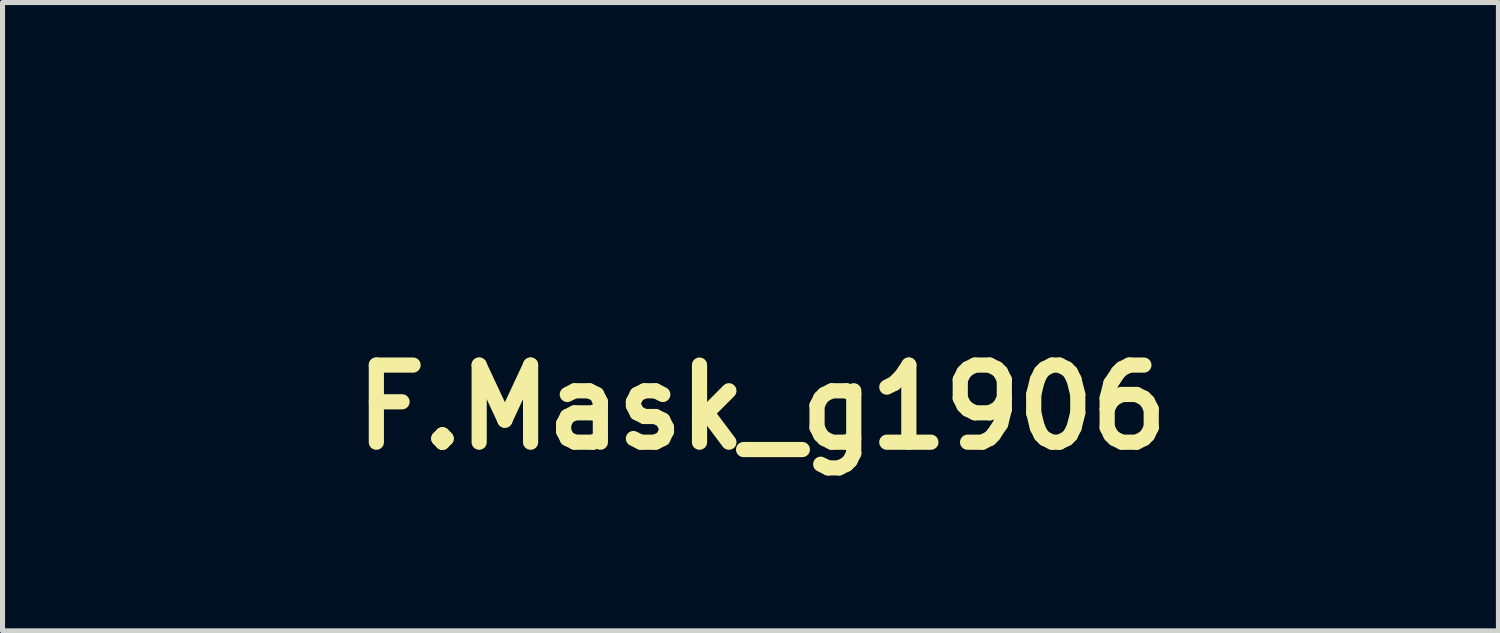
<source format=kicad_pcb>
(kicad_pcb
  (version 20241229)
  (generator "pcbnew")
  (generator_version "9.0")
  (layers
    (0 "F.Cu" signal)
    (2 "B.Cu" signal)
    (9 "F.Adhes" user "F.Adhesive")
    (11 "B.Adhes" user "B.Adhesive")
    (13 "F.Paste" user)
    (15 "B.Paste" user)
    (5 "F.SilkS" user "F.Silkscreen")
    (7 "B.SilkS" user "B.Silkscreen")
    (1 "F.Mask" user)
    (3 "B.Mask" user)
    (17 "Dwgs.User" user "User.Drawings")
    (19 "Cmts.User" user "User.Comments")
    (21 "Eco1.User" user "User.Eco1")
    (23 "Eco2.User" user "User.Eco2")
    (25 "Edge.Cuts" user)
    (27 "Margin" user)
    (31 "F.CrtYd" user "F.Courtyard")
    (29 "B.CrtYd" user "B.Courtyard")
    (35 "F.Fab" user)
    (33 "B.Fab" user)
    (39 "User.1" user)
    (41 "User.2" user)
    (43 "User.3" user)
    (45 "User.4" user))
  (footprint "F.Mask_g1906"
    (layer "F.Cu")
    (at 12.007 4.999)
    (property "Reference" "F.Mask_g1906" (at 0 0 0) (layer "F.SilkS") (effects (font (size 1.524 1.524) (thickness 0.3))))
    (attr through_hole)
    (fp_poly (pts (xy -10.933 -4.879) (xy -10.933 -1.344) (xy -11.43 -1.332) (xy -11.43 -4.445) (xy -12.002 -4.445) (xy -12.002 -4.89) (xy -10.933 -4.879)) (stroke (width 0.01) (type solid)) (fill yes) (layer "F.Mask"))
    (fp_poly (pts (xy 1.612 -1.979) (xy 1.755 -1.646) (xy 1.894 -1.322) (xy 2.027 -1.012) (xy 2.154 -0.715) (xy 2.274 -0.436) (xy 2.386 -0.175) (xy 2.488 0.064) (xy 2.58 0.28) (xy 2.662 0.471) (xy 2.731 0.634) (xy 2.787 0.768) (xy 2.83 0.869) (xy 2.858 0.936) (xy 2.87 0.967) (xy 2.871 0.968) (xy 2.883 1.016) (xy 2.231 1.016) (xy 1.808 0.037) (xy 1.384 -0.942) (xy 0.02 -0.947) (xy -1.344 -0.953) (xy -1.77 0.026) (xy -2.196 1.005) (xy -2.508 1.011) (xy -2.82 1.017) (xy -2.808 0.969) (xy -2.798 0.944) (xy -2.773 0.883) (xy -2.733 0.787) (xy -2.679 0.658) (xy -2.612 0.5) (xy -2.533 0.313) (xy -2.443 0.101) (xy -2.343 -0.135) (xy -2.233 -0.393) (xy -2.116 -0.67) (xy -1.991 -0.964) (xy -1.859 -1.272) (xy -1.754 -1.518) (xy -1.101 -1.518) (xy -1.08 -1.515) (xy -1.021 -1.512) (xy -0.928 -1.51) (xy -0.804 -1.508) (xy -0.653 -1.506) (xy -0.479 -1.504) (xy -0.286 -1.503) (xy -0.078 -1.503) (xy 0.02 -1.503) (xy 1.141 -1.503) (xy 1.041 -1.742) (xy 0.87 -2.156) (xy 0.714 -2.53) (xy 0.574 -2.866) (xy 0.45 -3.162) (xy 0.341 -3.419) (xy 0.249 -3.638) (xy 0.172 -3.818) (xy 0.11 -3.959) (xy 0.065 -4.062) (xy 0.034 -4.126) (xy 0.02 -4.152) (xy 0.019 -4.152) (xy 0.008 -4.131) (xy -0.017 -4.074) (xy -0.055 -3.987) (xy -0.105 -3.872) (xy -0.164 -3.733) (xy -0.232 -3.576) (xy -0.306 -3.402) (xy -0.385 -3.218) (xy -0.467 -3.025) (xy -0.55 -2.829) (xy -0.634 -2.633) (xy -0.715 -2.441) (xy -0.793 -2.257) (xy -0.866 -2.084) (xy -0.932 -1.928) (xy -0.989 -1.791) (xy -1.036 -1.677) (xy -1.072 -1.592) (xy -1.094 -1.537) (xy -1.101 -1.518) (xy -1.754 -1.518) (xy -1.722 -1.594) (xy -1.58 -1.926) (xy -1.558 -1.979) (xy -0.319 -4.879) (xy 0.365 -4.879) (xy 1.612 -1.979)) (stroke (width 0.01) (type solid)) (fill yes) (layer "F.Mask"))
    (fp_poly (pts (xy -8.379 -4.883) (xy -8.329 -4.876) (xy -8.319 -4.869) (xy -8.331 -4.847) (xy -8.366 -4.796) (xy -8.42 -4.719) (xy -8.491 -4.621) (xy -8.576 -4.505) (xy -8.671 -4.377) (xy -8.742 -4.283) (xy -8.843 -4.148) (xy -8.934 -4.025) (xy -9.014 -3.916) (xy -9.08 -3.827) (xy -9.127 -3.761) (xy -9.155 -3.722) (xy -9.16 -3.713) (xy -9.138 -3.715) (xy -9.087 -3.724) (xy -9.017 -3.74) (xy -8.826 -3.764) (xy -8.635 -3.748) (xy -8.448 -3.697) (xy -8.27 -3.614) (xy -8.107 -3.5) (xy -7.962 -3.36) (xy -7.84 -3.196) (xy -7.748 -3.011) (xy -7.72 -2.932) (xy -7.694 -2.816) (xy -7.678 -2.676) (xy -7.672 -2.527) (xy -7.676 -2.382) (xy -7.692 -2.257) (xy -7.703 -2.212) (xy -7.779 -2.013) (xy -7.891 -1.824) (xy -8.031 -1.655) (xy -8.193 -1.514) (xy -8.229 -1.49) (xy -8.403 -1.396) (xy -8.598 -1.328) (xy -8.804 -1.287) (xy -9.008 -1.278) (xy -9.2 -1.3) (xy -9.207 -1.302) (xy -9.42 -1.37) (xy -9.613 -1.475) (xy -9.791 -1.619) (xy -9.821 -1.649) (xy -9.965 -1.814) (xy -10.069 -1.981) (xy -10.138 -2.158) (xy -10.174 -2.352) (xy -10.18 -2.484) (xy -9.693 -2.484) (xy -9.663 -2.31) (xy -9.597 -2.145) (xy -9.493 -1.994) (xy -9.471 -1.969) (xy -9.335 -1.853) (xy -9.183 -1.774) (xy -9.019 -1.733) (xy -8.849 -1.732) (xy -8.678 -1.772) (xy -8.522 -1.848) (xy -8.391 -1.955) (xy -8.287 -2.085) (xy -8.213 -2.235) (xy -8.171 -2.398) (xy -8.162 -2.568) (xy -8.189 -2.741) (xy -8.247 -2.897) (xy -8.342 -3.043) (xy -8.469 -3.167) (xy -8.624 -3.262) (xy -8.631 -3.265) (xy -8.792 -3.319) (xy -8.957 -3.333) (xy -9.12 -3.309) (xy -9.274 -3.25) (xy -9.412 -3.157) (xy -9.53 -3.032) (xy -9.554 -2.998) (xy -9.639 -2.834) (xy -9.685 -2.661) (xy -9.693 -2.484) (xy -10.18 -2.484) (xy -10.181 -2.506) (xy -10.177 -2.631) (xy -10.164 -2.75) (xy -10.139 -2.866) (xy -10.101 -2.984) (xy -10.046 -3.111) (xy -9.974 -3.249) (xy -9.882 -3.405) (xy -9.767 -3.584) (xy -9.629 -3.789) (xy -9.604 -3.825) (xy -9.503 -3.972) (xy -9.398 -4.123) (xy -9.296 -4.272) (xy -9.201 -4.408) (xy -9.121 -4.525) (xy -9.067 -4.604) (xy -8.878 -4.879) (xy -8.598 -4.885) (xy -8.469 -4.886) (xy -8.379 -4.883)) (stroke (width 0.01) (type solid)) (fill yes) (layer "F.Mask"))
    (fp_poly (pts (xy 4.985 -4.885) (xy 5.229 -4.881) (xy 5.442 -4.873) (xy 5.629 -4.86) (xy 5.794 -4.844) (xy 5.941 -4.822) (xy 6.074 -4.794) (xy 6.197 -4.76) (xy 6.314 -4.72) (xy 6.429 -4.672) (xy 6.535 -4.622) (xy 6.773 -4.483) (xy 6.98 -4.315) (xy 7.156 -4.119) (xy 7.3 -3.897) (xy 7.411 -3.651) (xy 7.486 -3.382) (xy 7.515 -3.212) (xy 7.528 -2.944) (xy 7.502 -2.682) (xy 7.439 -2.428) (xy 7.34 -2.188) (xy 7.209 -1.966) (xy 7.047 -1.765) (xy 6.856 -1.589) (xy 6.639 -1.443) (xy 6.551 -1.397) (xy 6.366 -1.315) (xy 6.195 -1.258) (xy 6.025 -1.223) (xy 5.949 -1.214) (xy 5.88 -1.205) (xy 5.829 -1.194) (xy 5.811 -1.187) (xy 5.822 -1.168) (xy 5.856 -1.118) (xy 5.912 -1.041) (xy 5.987 -0.938) (xy 6.079 -0.813) (xy 6.186 -0.669) (xy 6.306 -0.509) (xy 6.437 -0.335) (xy 6.576 -0.151) (xy 6.607 -0.109) (xy 6.772 0.11) (xy 6.921 0.309) (xy 7.052 0.486) (xy 7.164 0.639) (xy 7.256 0.766) (xy 7.327 0.866) (xy 7.374 0.937) (xy 7.398 0.977) (xy 7.4 0.986) (xy 7.388 0.997) (xy 7.36 1.006) (xy 7.309 1.011) (xy 7.23 1.014) (xy 7.117 1.016) (xy 7.039 1.016) (xy 6.689 1.016) (xy 5.696 -0.312) (xy 5.54 -0.521) (xy 5.391 -0.721) (xy 5.253 -0.908) (xy 5.126 -1.08) (xy 5.012 -1.235) (xy 4.914 -1.369) (xy 4.833 -1.481) (xy 4.772 -1.568) (xy 4.731 -1.626) (xy 4.713 -1.654) (xy 4.713 -1.656) (xy 4.736 -1.662) (xy 4.795 -1.667) (xy 4.88 -1.67) (xy 4.984 -1.672) (xy 5.034 -1.672) (xy 5.366 -1.683) (xy 5.662 -1.715) (xy 5.925 -1.77) (xy 6.154 -1.846) (xy 6.351 -1.946) (xy 6.518 -2.068) (xy 6.538 -2.086) (xy 6.667 -2.223) (xy 6.764 -2.367) (xy 6.836 -2.532) (xy 6.85 -2.574) (xy 6.903 -2.804) (xy 6.916 -3.03) (xy 6.892 -3.25) (xy 6.832 -3.459) (xy 6.737 -3.653) (xy 6.61 -3.828) (xy 6.451 -3.979) (xy 6.263 -4.103) (xy 6.221 -4.125) (xy 6.102 -4.18) (xy 5.981 -4.225) (xy 5.855 -4.261) (xy 5.717 -4.289) (xy 5.563 -4.31) (xy 5.387 -4.325) (xy 5.184 -4.333) (xy 4.95 -4.336) (xy 4.679 -4.335) (xy 4.667 -4.335) (xy 4.138 -4.329) (xy 4.128 -1.662) (xy 4.117 1.005) (xy 3.825 1.011) (xy 3.701 1.013) (xy 3.614 1.011) (xy 3.559 1.006) (xy 3.53 0.997) (xy 3.524 0.99) (xy 3.522 0.966) (xy 3.521 0.902) (xy 3.52 0.801) (xy 3.52 0.664) (xy 3.519 0.495) (xy 3.518 0.296) (xy 3.518 0.07) (xy 3.518 -0.182) (xy 3.517 -0.457) (xy 3.517 -0.752) (xy 3.518 -1.065) (xy 3.518 -1.394) (xy 3.518 -1.735) (xy 3.519 -1.958) (xy 3.524 -4.879) (xy 4.392 -4.885) (xy 4.708 -4.887) (xy 4.985 -4.885)) (stroke (width 0.01) (type solid)) (fill yes) (layer "F.Mask"))
    (fp_poly (pts (xy 9.865 -4.99) (xy 10.032 -4.975) (xy 10.179 -4.948) (xy 10.234 -4.932) (xy 10.488 -4.83) (xy 10.716 -4.698) (xy 10.914 -4.538) (xy 11.082 -4.351) (xy 11.218 -4.141) (xy 11.318 -3.911) (xy 11.382 -3.661) (xy 11.4 -3.534) (xy 11.414 -3.387) (xy 10.795 -3.387) (xy 10.795 -3.456) (xy 10.785 -3.542) (xy 10.76 -3.649) (xy 10.723 -3.762) (xy 10.68 -3.864) (xy 10.657 -3.908) (xy 10.536 -4.077) (xy 10.394 -4.214) (xy 10.233 -4.32) (xy 10.06 -4.392) (xy 9.879 -4.433) (xy 9.695 -4.44) (xy 9.513 -4.414) (xy 9.337 -4.355) (xy 9.172 -4.262) (xy 9.023 -4.135) (xy 8.916 -4.005) (xy 8.835 -3.88) (xy 8.781 -3.768) (xy 8.75 -3.654) (xy 8.735 -3.522) (xy 8.732 -3.429) (xy 8.733 -3.326) (xy 8.737 -3.253) (xy 8.747 -3.196) (xy 8.765 -3.142) (xy 8.794 -3.079) (xy 8.8 -3.065) (xy 8.898 -2.913) (xy 9.032 -2.776) (xy 9.198 -2.659) (xy 9.299 -2.605) (xy 9.377 -2.571) (xy 9.486 -2.529) (xy 9.613 -2.482) (xy 9.749 -2.436) (xy 9.853 -2.402) (xy 9.986 -2.36) (xy 10.116 -2.317) (xy 10.234 -2.278) (xy 10.329 -2.245) (xy 10.384 -2.225) (xy 10.595 -2.127) (xy 10.798 -2.003) (xy 10.985 -1.859) (xy 11.149 -1.701) (xy 11.284 -1.534) (xy 11.361 -1.406) (xy 11.465 -1.16) (xy 11.528 -0.904) (xy 11.55 -0.641) (xy 11.531 -0.372) (xy 11.47 -0.1) (xy 11.449 -0.032) (xy 11.347 0.207) (xy 11.211 0.423) (xy 11.043 0.615) (xy 10.845 0.78) (xy 10.62 0.915) (xy 10.37 1.02) (xy 10.2 1.069) (xy 10.075 1.091) (xy 9.924 1.106) (xy 9.762 1.112) (xy 9.602 1.111) (xy 9.461 1.1) (xy 9.395 1.09) (xy 9.122 1.019) (xy 8.873 0.914) (xy 8.649 0.777) (xy 8.454 0.612) (xy 8.288 0.419) (xy 8.154 0.202) (xy 8.053 -0.039) (xy 7.988 -0.3) (xy 7.966 -0.469) (xy 7.953 -0.635) (xy 8.544 -0.635) (xy 8.588 -0.424) (xy 8.638 -0.233) (xy 8.703 -0.072) (xy 8.788 0.069) (xy 8.899 0.202) (xy 8.921 0.225) (xy 9.071 0.358) (xy 9.226 0.455) (xy 9.392 0.519) (xy 9.579 0.553) (xy 9.747 0.561) (xy 9.943 0.55) (xy 10.114 0.517) (xy 10.274 0.456) (xy 10.434 0.364) (xy 10.456 0.349) (xy 10.615 0.218) (xy 10.743 0.064) (xy 10.839 -0.108) (xy 10.905 -0.293) (xy 10.938 -0.486) (xy 10.938 -0.68) (xy 10.904 -0.871) (xy 10.837 -1.053) (xy 10.734 -1.221) (xy 10.663 -1.305) (xy 10.567 -1.397) (xy 10.458 -1.48) (xy 10.331 -1.557) (xy 10.182 -1.63) (xy 10.005 -1.703) (xy 9.796 -1.777) (xy 9.599 -1.839) (xy 9.301 -1.939) (xy 9.042 -2.045) (xy 8.821 -2.158) (xy 8.634 -2.28) (xy 8.479 -2.414) (xy 8.354 -2.561) (xy 8.255 -2.724) (xy 8.182 -2.904) (xy 8.158 -2.985) (xy 8.133 -3.116) (xy 8.121 -3.274) (xy 8.121 -3.443) (xy 8.133 -3.61) (xy 8.157 -3.76) (xy 8.167 -3.799) (xy 8.253 -4.044) (xy 8.375 -4.267) (xy 8.528 -4.467) (xy 8.71 -4.64) (xy 8.918 -4.783) (xy 9.148 -4.893) (xy 9.384 -4.964) (xy 9.527 -4.985) (xy 9.692 -4.994) (xy 9.865 -4.99)) (stroke (width 0.01) (type solid)) (fill yes) (layer "F.Mask"))
    (fp_poly (pts (xy -6.059 -4.889) (xy -5.792 -4.888) (xy -5.563 -4.886) (xy -5.366 -4.882) (xy -5.199 -4.876) (xy -5.055 -4.866) (xy -4.931 -4.854) (xy -4.821 -4.837) (xy -4.722 -4.816) (xy -4.628 -4.791) (xy -4.535 -4.76) (xy -4.439 -4.723) (xy -4.429 -4.719) (xy -4.211 -4.612) (xy -4.013 -4.475) (xy -3.84 -4.312) (xy -3.697 -4.13) (xy -3.621 -3.997) (xy -3.54 -3.801) (xy -3.492 -3.602) (xy -3.473 -3.385) (xy -3.472 -3.334) (xy -3.485 -3.105) (xy -3.526 -2.902) (xy -3.599 -2.717) (xy -3.707 -2.542) (xy -3.852 -2.37) (xy -3.889 -2.331) (xy -3.962 -2.257) (xy -4.021 -2.196) (xy -4.063 -2.151) (xy -4.08 -2.13) (xy -4.081 -2.129) (xy -4.061 -2.117) (xy -4.014 -2.089) (xy -3.948 -2.05) (xy -3.926 -2.037) (xy -3.704 -1.884) (xy -3.517 -1.709) (xy -3.366 -1.512) (xy -3.253 -1.296) (xy -3.177 -1.061) (xy -3.139 -0.808) (xy -3.14 -0.539) (xy -3.153 -0.413) (xy -3.205 -0.151) (xy -3.29 0.083) (xy -3.408 0.291) (xy -3.558 0.473) (xy -3.741 0.628) (xy -3.957 0.757) (xy -4.207 0.86) (xy -4.49 0.937) (xy -4.58 0.955) (xy -4.639 0.966) (xy -4.698 0.974) (xy -4.762 0.981) (xy -4.835 0.987) (xy -4.922 0.992) (xy -5.027 0.996) (xy -5.155 1) (xy -5.309 1.003) (xy -5.495 1.006) (xy -5.716 1.008) (xy -5.847 1.01) (xy -6.879 1.021) (xy -6.879 -1.794) (xy -6.265 -1.794) (xy -6.265 0.464) (xy -5.974 0.471) (xy -5.857 0.474) (xy -5.745 0.477) (xy -5.649 0.479) (xy -5.583 0.482) (xy -5.577 0.482) (xy -5.517 0.482) (xy -5.426 0.479) (xy -5.315 0.474) (xy -5.195 0.467) (xy -5.161 0.465) (xy -4.871 0.434) (xy -4.618 0.384) (xy -4.4 0.313) (xy -4.215 0.22) (xy -4.062 0.105) (xy -3.94 -0.033) (xy -3.846 -0.196) (xy -3.78 -0.385) (xy -3.779 -0.391) (xy -3.747 -0.596) (xy -3.755 -0.797) (xy -3.8 -0.99) (xy -3.88 -1.171) (xy -3.993 -1.336) (xy -4.135 -1.482) (xy -4.306 -1.604) (xy -4.501 -1.698) (xy -4.614 -1.735) (xy -4.666 -1.749) (xy -4.721 -1.759) (xy -4.786 -1.768) (xy -4.864 -1.776) (xy -4.964 -1.782) (xy -5.089 -1.787) (xy -5.246 -1.793) (xy -5.408 -1.798) (xy -5.574 -1.802) (xy -5.731 -1.805) (xy -5.873 -1.807) (xy -5.994 -1.808) (xy -6.087 -1.807) (xy -6.146 -1.805) (xy -6.154 -1.805) (xy -6.265 -1.794) (xy -6.879 -1.794) (xy -6.879 -2.373) (xy -6.265 -2.373) (xy -6.207 -2.363) (xy -6.17 -2.361) (xy -6.098 -2.359) (xy -5.996 -2.358) (xy -5.871 -2.358) (xy -5.729 -2.359) (xy -5.609 -2.36) (xy -5.418 -2.363) (xy -5.264 -2.368) (xy -5.141 -2.374) (xy -5.043 -2.382) (xy -4.965 -2.392) (xy -4.912 -2.402) (xy -4.699 -2.463) (xy -4.522 -2.542) (xy -4.378 -2.643) (xy -4.263 -2.767) (xy -4.175 -2.918) (xy -4.146 -2.986) (xy -4.091 -3.185) (xy -4.076 -3.379) (xy -4.1 -3.564) (xy -4.16 -3.737) (xy -4.257 -3.894) (xy -4.387 -4.031) (xy -4.55 -4.143) (xy -4.599 -4.169) (xy -4.69 -4.211) (xy -4.775 -4.245) (xy -4.861 -4.272) (xy -4.955 -4.292) (xy -5.063 -4.307) (xy -5.19 -4.318) (xy -5.343 -4.326) (xy -5.528 -4.331) (xy -5.667 -4.334) (xy -6.265 -4.344) (xy -6.265 -2.373) (xy -6.879 -2.373) (xy -6.879 -4.889) (xy -6.059 -4.889)) (stroke (width 0.01) (type solid)) (fill yes) (layer "F.Mask")))
  (gr_rect
    (start -3 -3)
    (end 26.561 9.417)
    (stroke (width 0.1) (type default))
    (fill no)
    (layer "Edge.Cuts")))
</source>
